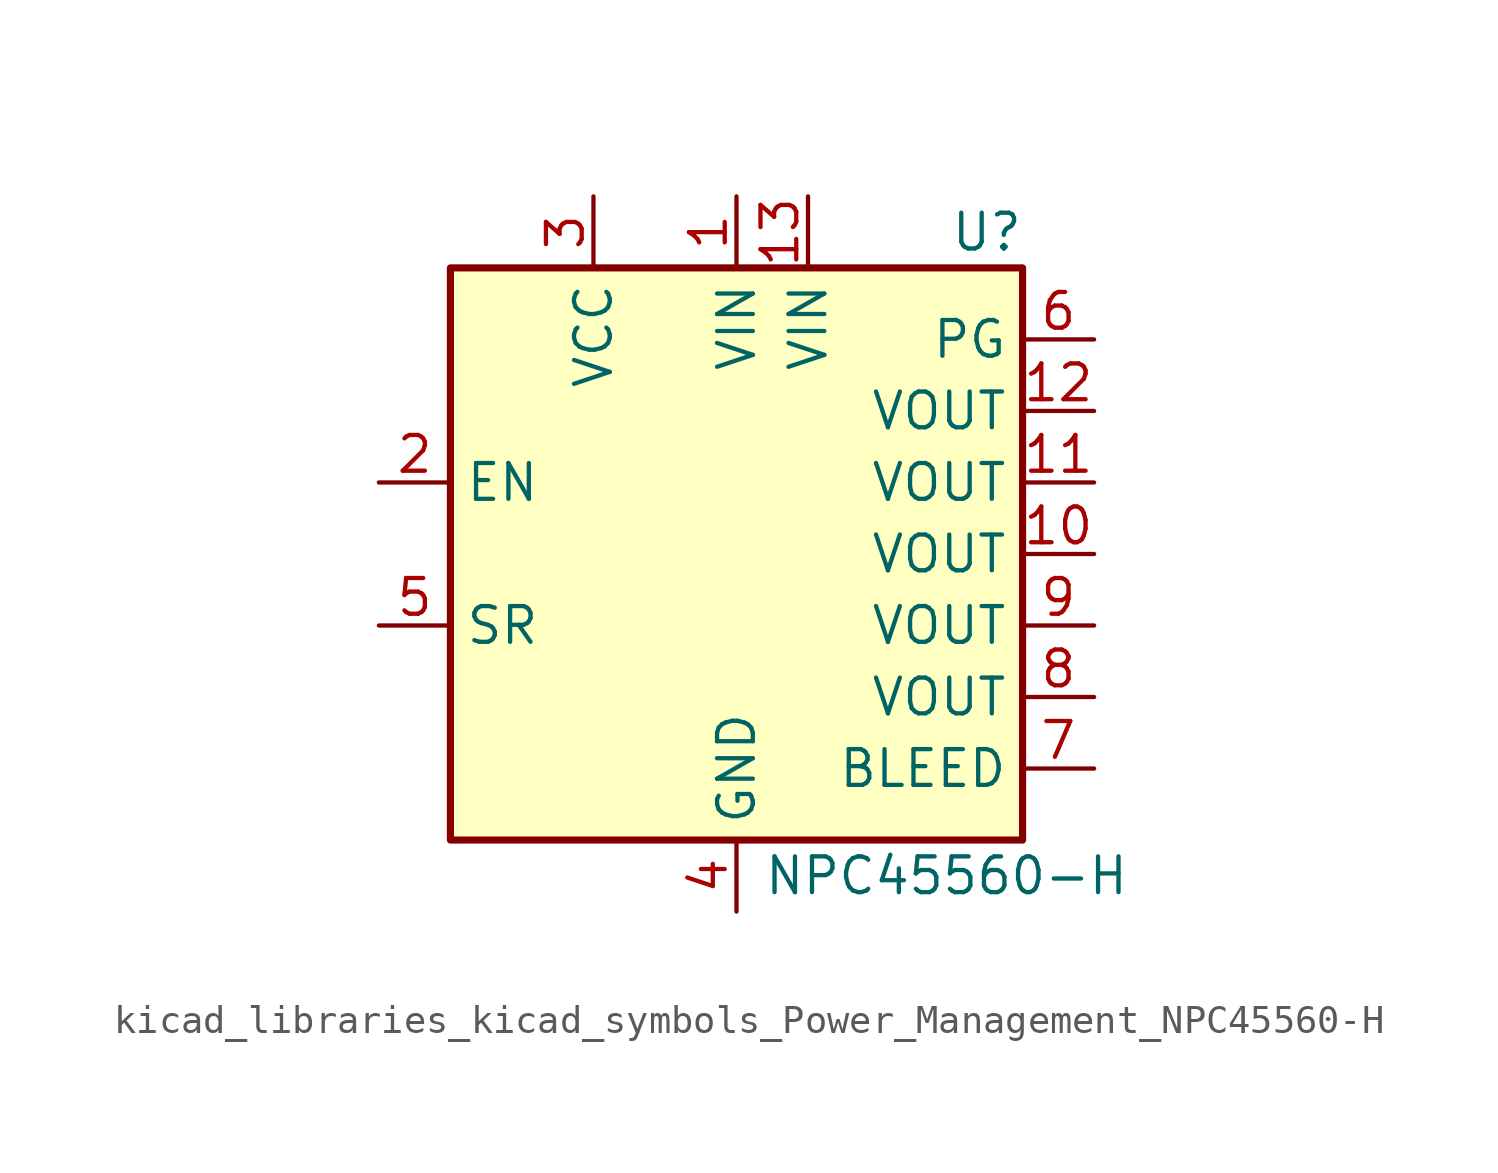
<source format=kicad_sym>
(kicad_symbol_lib
  (version 20220914)
  (generator kicad_symbol_editor)
  (symbol "kicad_libraries_kicad_symbols_Power_Management_NPC45560-H"
    (property "Reference" "U"
      (at 8.89 11.43 0)
      (effects (font (size 1.27 1.27))))
    (property "Value" "NPC45560-H"
      (at 13.97 -11.43 0)
      (effects (font (size 1.27 1.27)) (justify right)))
    (symbol "kicad_libraries_kicad_symbols_Power_Management_NPC45560-H_0_1"
      (rectangle (start -10.16 10.16) (end 10.16 -10.16) (stroke (width 0.254) (type default)) (fill (type background))))
    (symbol "kicad_libraries_kicad_symbols_Power_Management_NPC45560-H_1_1"
      (pin power_in line (at 0 12.7 270) (length 2.54) (name "VIN" (effects (font (size 1.27 1.27)))) (number "1" (effects (font (size 1.27 1.27)))))
      (pin passive line (at 12.7 0 180) (length 2.54) (name "VOUT" (effects (font (size 1.27 1.27)))) (number "10" (effects (font (size 1.27 1.27)))))
      (pin passive line (at 12.7 2.54 180) (length 2.54) (name "VOUT" (effects (font (size 1.27 1.27)))) (number "11" (effects (font (size 1.27 1.27)))))
      (pin power_out line (at 12.7 5.08 180) (length 2.54) (name "VOUT" (effects (font (size 1.27 1.27)))) (number "12" (effects (font (size 1.27 1.27)))))
      (pin power_in line (at 2.54 12.7 270) (length 2.54) (name "VIN" (effects (font (size 1.27 1.27)))) (number "13" (effects (font (size 1.27 1.27)))))
      (pin input line (at -12.7 2.54 0) (length 2.54) (name "EN" (effects (font (size 1.27 1.27)))) (number "2" (effects (font (size 1.27 1.27)))))
      (pin power_in line (at -5.08 12.7 270) (length 2.54) (name "VCC" (effects (font (size 1.27 1.27)))) (number "3" (effects (font (size 1.27 1.27)))))
      (pin power_in line (at 0 -12.7 90) (length 2.54) (name "GND" (effects (font (size 1.27 1.27)))) (number "4" (effects (font (size 1.27 1.27)))))
      (pin input line (at -12.7 -2.54 0) (length 2.54) (name "SR" (effects (font (size 1.27 1.27)))) (number "5" (effects (font (size 1.27 1.27)))))
      (pin open_collector line (at 12.7 7.62 180) (length 2.54) (name "PG" (effects (font (size 1.27 1.27)))) (number "6" (effects (font (size 1.27 1.27)))))
      (pin input line (at 12.7 -7.62 180) (length 2.54) (name "BLEED" (effects (font (size 1.27 1.27)))) (number "7" (effects (font (size 1.27 1.27)))))
      (pin passive line (at 12.7 -5.08 180) (length 2.54) (name "VOUT" (effects (font (size 1.27 1.27)))) (number "8" (effects (font (size 1.27 1.27)))))
      (pin passive line (at 12.7 -2.54 180) (length 2.54) (name "VOUT" (effects (font (size 1.27 1.27)))) (number "9" (effects (font (size 1.27 1.27))))))))
</source>
